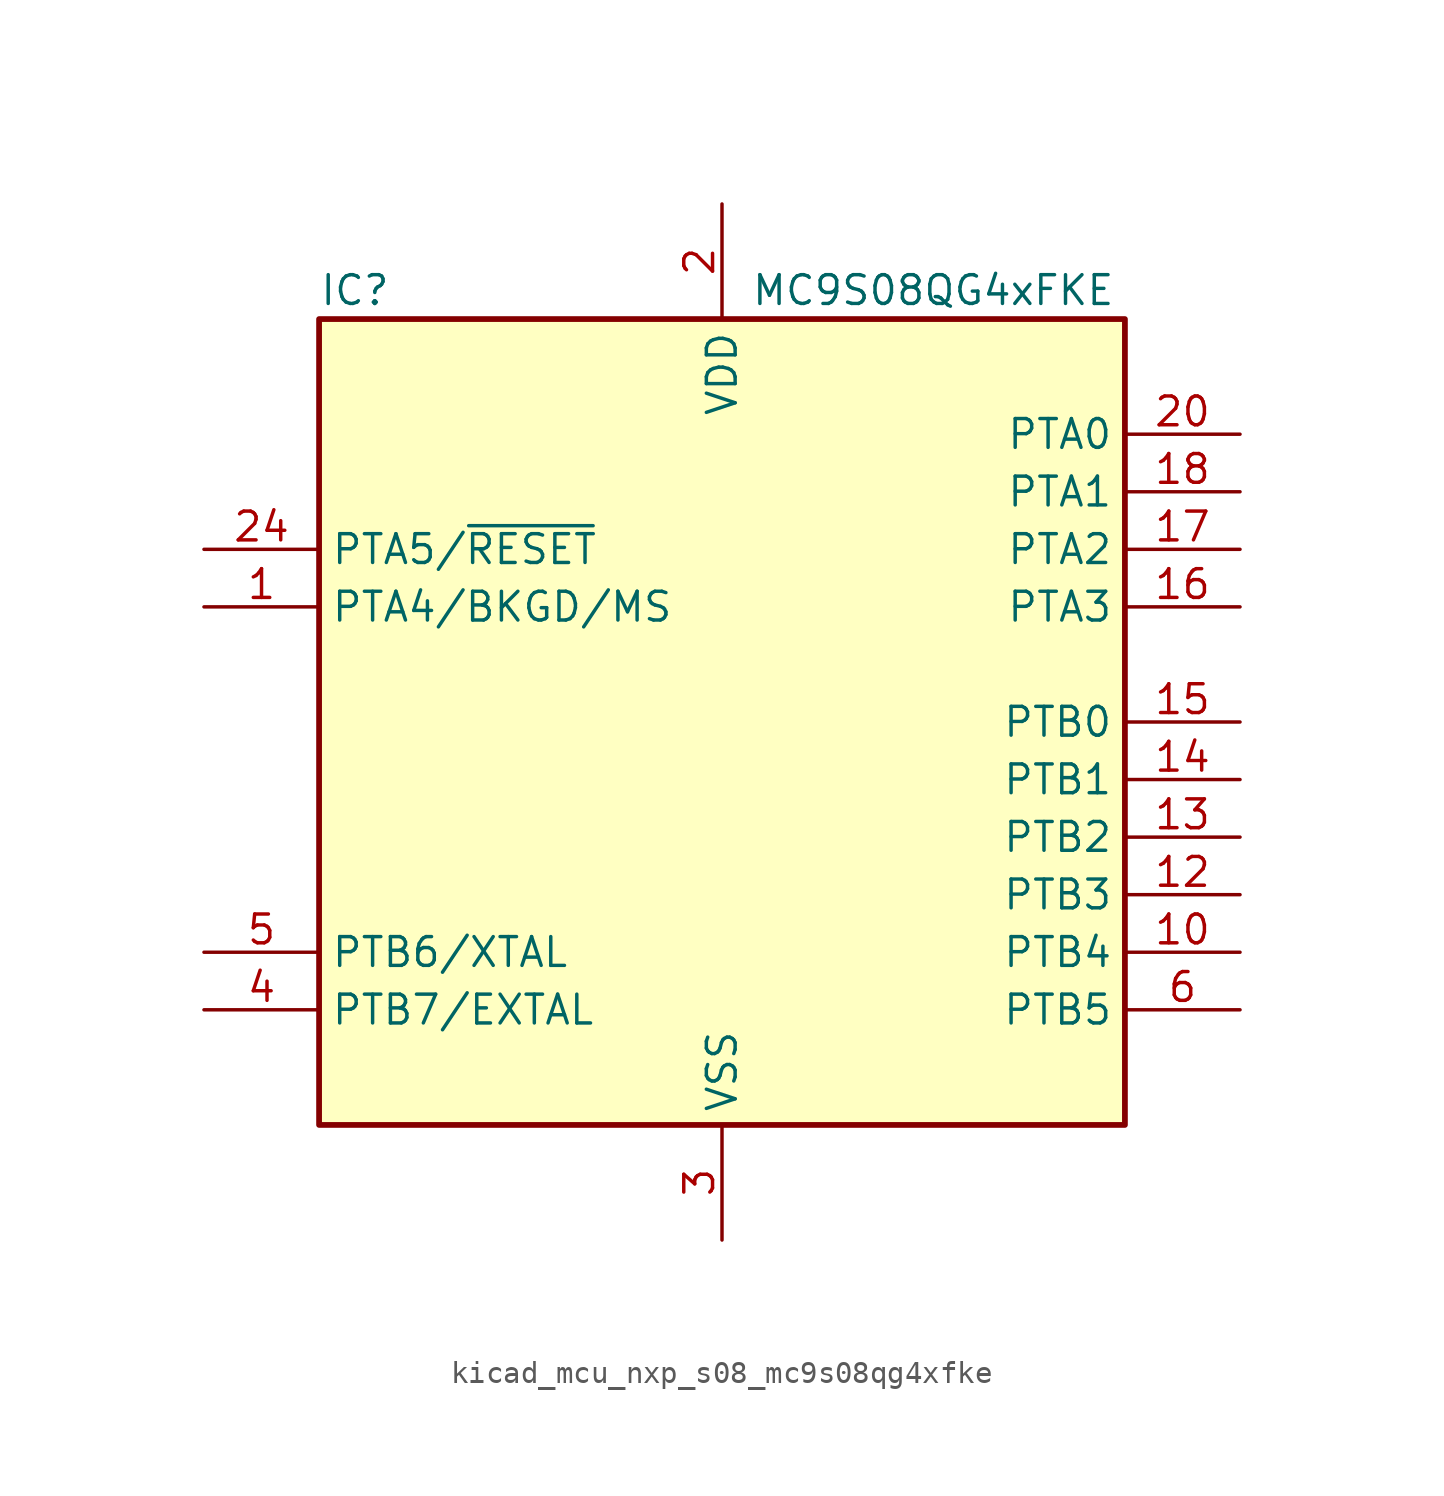
<source format=kicad_sym>
(kicad_symbol_lib
  (version 20220914)
  (generator kicad_symbol_editor)
  (symbol "kicad_mcu_nxp_s08_mc9s08qg4xfke"
    (property "Reference" "IC"
      (at -17.78 19.05 0)
      (effects (font (size 1.27 1.27)) (justify left)))
    (property "Value" "MC9S08QG4xFKE"
      (at 1.27 19.05 0)
      (effects (font (size 1.27 1.27)) (justify left)))
    (symbol "kicad_mcu_nxp_s08_mc9s08qg4xfke_0_1"
      (rectangle (start -17.78 17.78) (end 17.78 -17.78) (stroke (width 0.254) (type default)) (fill (type background))))
    (symbol "kicad_mcu_nxp_s08_mc9s08qg4xfke_1_1"
      (pin bidirectional line (at -22.86 5.08 0) (length 5.08) (name "PTA4/BKGD/MS" (effects (font (size 1.27 1.27)))) (number "1" (effects (font (size 1.27 1.27)))))
      (pin bidirectional line (at 22.86 -10.16 180) (length 5.08) (name "PTB4" (effects (font (size 1.27 1.27)))) (number "10" (effects (font (size 1.27 1.27)))))
      (pin bidirectional line (at 22.86 -7.62 180) (length 5.08) (name "PTB3" (effects (font (size 1.27 1.27)))) (number "12" (effects (font (size 1.27 1.27)))))
      (pin bidirectional line (at 22.86 -5.08 180) (length 5.08) (name "PTB2" (effects (font (size 1.27 1.27)))) (number "13" (effects (font (size 1.27 1.27)))))
      (pin bidirectional line (at 22.86 -2.54 180) (length 5.08) (name "PTB1" (effects (font (size 1.27 1.27)))) (number "14" (effects (font (size 1.27 1.27)))))
      (pin bidirectional line (at 22.86 0 180) (length 5.08) (name "PTB0" (effects (font (size 1.27 1.27)))) (number "15" (effects (font (size 1.27 1.27)))))
      (pin bidirectional line (at 22.86 5.08 180) (length 5.08) (name "PTA3" (effects (font (size 1.27 1.27)))) (number "16" (effects (font (size 1.27 1.27)))))
      (pin bidirectional line (at 22.86 7.62 180) (length 5.08) (name "PTA2" (effects (font (size 1.27 1.27)))) (number "17" (effects (font (size 1.27 1.27)))))
      (pin bidirectional line (at 22.86 10.16 180) (length 5.08) (name "PTA1" (effects (font (size 1.27 1.27)))) (number "18" (effects (font (size 1.27 1.27)))))
      (pin power_in line (at 0 22.86 270) (length 5.08) (name "VDD" (effects (font (size 1.27 1.27)))) (number "2" (effects (font (size 1.27 1.27)))))
      (pin bidirectional line (at 22.86 12.7 180) (length 5.08) (name "PTA0" (effects (font (size 1.27 1.27)))) (number "20" (effects (font (size 1.27 1.27)))))
      (pin bidirectional line (at -22.86 7.62 0) (length 5.08) (name "PTA5/~{RESET}" (effects (font (size 1.27 1.27)))) (number "24" (effects (font (size 1.27 1.27)))))
      (pin power_in line (at 0 -22.86 90) (length 5.08) (name "VSS" (effects (font (size 1.27 1.27)))) (number "3" (effects (font (size 1.27 1.27)))))
      (pin bidirectional line (at -22.86 -12.7 0) (length 5.08) (name "PTB7/EXTAL" (effects (font (size 1.27 1.27)))) (number "4" (effects (font (size 1.27 1.27)))))
      (pin bidirectional line (at -22.86 -10.16 0) (length 5.08) (name "PTB6/XTAL" (effects (font (size 1.27 1.27)))) (number "5" (effects (font (size 1.27 1.27)))))
      (pin bidirectional line (at 22.86 -12.7 180) (length 5.08) (name "PTB5" (effects (font (size 1.27 1.27)))) (number "6" (effects (font (size 1.27 1.27))))))))
</source>
